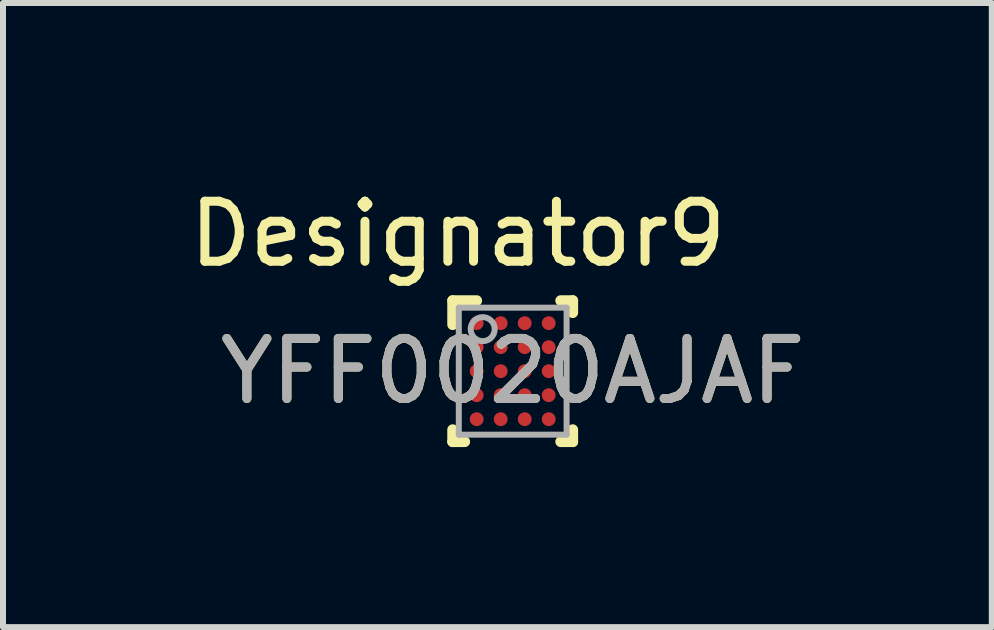
<source format=kicad_pcb>
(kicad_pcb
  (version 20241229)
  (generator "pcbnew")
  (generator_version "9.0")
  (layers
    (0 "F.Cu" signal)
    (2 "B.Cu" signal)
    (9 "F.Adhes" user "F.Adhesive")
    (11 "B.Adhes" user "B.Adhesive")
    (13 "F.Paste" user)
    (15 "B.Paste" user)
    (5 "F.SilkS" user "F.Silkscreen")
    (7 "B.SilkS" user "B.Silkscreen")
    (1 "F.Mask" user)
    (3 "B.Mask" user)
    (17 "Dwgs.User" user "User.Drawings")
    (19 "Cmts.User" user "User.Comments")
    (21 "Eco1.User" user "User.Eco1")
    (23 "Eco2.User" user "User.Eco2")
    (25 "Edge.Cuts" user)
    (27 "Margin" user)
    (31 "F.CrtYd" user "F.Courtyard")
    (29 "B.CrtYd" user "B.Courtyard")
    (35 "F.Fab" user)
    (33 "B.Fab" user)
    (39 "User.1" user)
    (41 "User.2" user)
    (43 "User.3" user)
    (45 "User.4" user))
  (footprint "YFF0020AJAF"
    (layer "F.Cu")
    (at 5.492 3.134)
    (property "Reference" "YFF0020AJAF" (at 0 0 0) (unlocked yes) (layer "F.SilkS") (effects (font (size 1 1) (thickness 0.15))))
    (attr smd)
    (fp_line (start -1 -1.175) (end -0.6 -1.175) (stroke (width 0.18) (type solid)) (layer "F.SilkS"))
    (fp_line (start -1 -0.775) (end -1 -1.175) (stroke (width 0.18) (type solid)) (layer "F.SilkS"))
    (fp_line (start -1 1.175) (end -1 0.975) (stroke (width 0.18) (type solid)) (layer "F.SilkS"))
    (fp_line (start -1 1.175) (end -0.8 1.175) (stroke (width 0.18) (type solid)) (layer "F.SilkS"))
    (fp_line (start 0.8 -1.175) (end 1 -1.175) (stroke (width 0.18) (type solid)) (layer "F.SilkS"))
    (fp_line (start 0.8 1.175) (end 1 1.175) (stroke (width 0.18) (type solid)) (layer "F.SilkS"))
    (fp_line (start 1 -0.975) (end 1 -1.175) (stroke (width 0.18) (type solid)) (layer "F.SilkS"))
    (fp_line (start 1 1.175) (end 1 0.975) (stroke (width 0.18) (type solid)) (layer "F.SilkS"))
    (fp_circle (center -0.675 -0.875) (end -0.65 -0.875) (stroke (width 0.05) (type solid)) (fill no) (layer "F.Paste"))
    (fp_circle (center -0.675 -0.725) (end -0.65 -0.725) (stroke (width 0.05) (type solid)) (fill no) (layer "F.Paste"))
    (fp_circle (center -0.675 -0.475) (end -0.65 -0.475) (stroke (width 0.05) (type solid)) (fill no) (layer "F.Paste"))
    (fp_circle (center -0.675 -0.325) (end -0.65 -0.325) (stroke (width 0.05) (type solid)) (fill no) (layer "F.Paste"))
    (fp_circle (center -0.675 -0.075) (end -0.65 -0.075) (stroke (width 0.05) (type solid)) (fill no) (layer "F.Paste"))
    (fp_circle (center -0.675 0.075) (end -0.65 0.075) (stroke (width 0.05) (type solid)) (fill no) (layer "F.Paste"))
    (fp_circle (center -0.675 0.325) (end -0.65 0.325) (stroke (width 0.05) (type solid)) (fill no) (layer "F.Paste"))
    (fp_circle (center -0.675 0.475) (end -0.65 0.475) (stroke (width 0.05) (type solid)) (fill no) (layer "F.Paste"))
    (fp_circle (center -0.675 0.725) (end -0.65 0.725) (stroke (width 0.05) (type solid)) (fill no) (layer "F.Paste"))
    (fp_circle (center -0.675 0.875) (end -0.65 0.875) (stroke (width 0.05) (type solid)) (fill no) (layer "F.Paste"))
    (fp_circle (center -0.525 -0.875) (end -0.5 -0.875) (stroke (width 0.05) (type solid)) (fill no) (layer "F.Paste"))
    (fp_circle (center -0.525 -0.725) (end -0.5 -0.725) (stroke (width 0.05) (type solid)) (fill no) (layer "F.Paste"))
    (fp_circle (center -0.525 -0.475) (end -0.5 -0.475) (stroke (width 0.05) (type solid)) (fill no) (layer "F.Paste"))
    (fp_circle (center -0.525 -0.325) (end -0.5 -0.325) (stroke (width 0.05) (type solid)) (fill no) (layer "F.Paste"))
    (fp_circle (center -0.525 -0.075) (end -0.5 -0.075) (stroke (width 0.05) (type solid)) (fill no) (layer "F.Paste"))
    (fp_circle (center -0.525 0.075) (end -0.5 0.075) (stroke (width 0.05) (type solid)) (fill no) (layer "F.Paste"))
    (fp_circle (center -0.525 0.325) (end -0.5 0.325) (stroke (width 0.05) (type solid)) (fill no) (layer "F.Paste"))
    (fp_circle (center -0.525 0.475) (end -0.5 0.475) (stroke (width 0.05) (type solid)) (fill no) (layer "F.Paste"))
    (fp_circle (center -0.525 0.725) (end -0.5 0.725) (stroke (width 0.05) (type solid)) (fill no) (layer "F.Paste"))
    (fp_circle (center -0.525 0.875) (end -0.5 0.875) (stroke (width 0.05) (type solid)) (fill no) (layer "F.Paste"))
    (fp_circle (center -0.275 -0.875) (end -0.25 -0.875) (stroke (width 0.05) (type solid)) (fill no) (layer "F.Paste"))
    (fp_circle (center -0.275 -0.725) (end -0.25 -0.725) (stroke (width 0.05) (type solid)) (fill no) (layer "F.Paste"))
    (fp_circle (center -0.275 -0.475) (end -0.25 -0.475) (stroke (width 0.05) (type solid)) (fill no) (layer "F.Paste"))
    (fp_circle (center -0.275 -0.325) (end -0.25 -0.325) (stroke (width 0.05) (type solid)) (fill no) (layer "F.Paste"))
    (fp_circle (center -0.275 -0.075) (end -0.25 -0.075) (stroke (width 0.05) (type solid)) (fill no) (layer "F.Paste"))
    (fp_circle (center -0.275 0.075) (end -0.25 0.075) (stroke (width 0.05) (type solid)) (fill no) (layer "F.Paste"))
    (fp_circle (center -0.275 0.325) (end -0.25 0.325) (stroke (width 0.05) (type solid)) (fill no) (layer "F.Paste"))
    (fp_circle (center -0.275 0.475) (end -0.25 0.475) (stroke (width 0.05) (type solid)) (fill no) (layer "F.Paste"))
    (fp_circle (center -0.275 0.725) (end -0.25 0.725) (stroke (width 0.05) (type solid)) (fill no) (layer "F.Paste"))
    (fp_circle (center -0.275 0.875) (end -0.25 0.875) (stroke (width 0.05) (type solid)) (fill no) (layer "F.Paste"))
    (fp_circle (center -0.125 -0.875) (end -0.1 -0.875) (stroke (width 0.05) (type solid)) (fill no) (layer "F.Paste"))
    (fp_circle (center -0.125 -0.725) (end -0.1 -0.725) (stroke (width 0.05) (type solid)) (fill no) (layer "F.Paste"))
    (fp_circle (center -0.125 -0.475) (end -0.1 -0.475) (stroke (width 0.05) (type solid)) (fill no) (layer "F.Paste"))
    (fp_circle (center -0.125 -0.325) (end -0.1 -0.325) (stroke (width 0.05) (type solid)) (fill no) (layer "F.Paste"))
    (fp_circle (center -0.125 -0.075) (end -0.1 -0.075) (stroke (width 0.05) (type solid)) (fill no) (layer "F.Paste"))
    (fp_circle (center -0.125 0.075) (end -0.1 0.075) (stroke (width 0.05) (type solid)) (fill no) (layer "F.Paste"))
    (fp_circle (center -0.125 0.325) (end -0.1 0.325) (stroke (width 0.05) (type solid)) (fill no) (layer "F.Paste"))
    (fp_circle (center -0.125 0.475) (end -0.1 0.475) (stroke (width 0.05) (type solid)) (fill no) (layer "F.Paste"))
    (fp_circle (center -0.125 0.725) (end -0.1 0.725) (stroke (width 0.05) (type solid)) (fill no) (layer "F.Paste"))
    (fp_circle (center -0.125 0.875) (end -0.1 0.875) (stroke (width 0.05) (type solid)) (fill no) (layer "F.Paste"))
    (fp_circle (center 0.125 -0.875) (end 0.15 -0.875) (stroke (width 0.05) (type solid)) (fill no) (layer "F.Paste"))
    (fp_circle (center 0.125 -0.725) (end 0.15 -0.725) (stroke (width 0.05) (type solid)) (fill no) (layer "F.Paste"))
    (fp_circle (center 0.125 -0.475) (end 0.15 -0.475) (stroke (width 0.05) (type solid)) (fill no) (layer "F.Paste"))
    (fp_circle (center 0.125 -0.325) (end 0.15 -0.325) (stroke (width 0.05) (type solid)) (fill no) (layer "F.Paste"))
    (fp_circle (center 0.125 -0.075) (end 0.15 -0.075) (stroke (width 0.05) (type solid)) (fill no) (layer "F.Paste"))
    (fp_circle (center 0.125 0.075) (end 0.15 0.075) (stroke (width 0.05) (type solid)) (fill no) (layer "F.Paste"))
    (fp_circle (center 0.125 0.325) (end 0.15 0.325) (stroke (width 0.05) (type solid)) (fill no) (layer "F.Paste"))
    (fp_circle (center 0.125 0.475) (end 0.15 0.475) (stroke (width 0.05) (type solid)) (fill no) (layer "F.Paste"))
    (fp_circle (center 0.125 0.725) (end 0.15 0.725) (stroke (width 0.05) (type solid)) (fill no) (layer "F.Paste"))
    (fp_circle (center 0.125 0.875) (end 0.15 0.875) (stroke (width 0.05) (type solid)) (fill no) (layer "F.Paste"))
    (fp_circle (center 0.275 -0.875) (end 0.3 -0.875) (stroke (width 0.05) (type solid)) (fill no) (layer "F.Paste"))
    (fp_circle (center 0.275 -0.725) (end 0.3 -0.725) (stroke (width 0.05) (type solid)) (fill no) (layer "F.Paste"))
    (fp_circle (center 0.275 -0.475) (end 0.3 -0.475) (stroke (width 0.05) (type solid)) (fill no) (layer "F.Paste"))
    (fp_circle (center 0.275 -0.325) (end 0.3 -0.325) (stroke (width 0.05) (type solid)) (fill no) (layer "F.Paste"))
    (fp_circle (center 0.275 -0.075) (end 0.3 -0.075) (stroke (width 0.05) (type solid)) (fill no) (layer "F.Paste"))
    (fp_circle (center 0.275 0.075) (end 0.3 0.075) (stroke (width 0.05) (type solid)) (fill no) (layer "F.Paste"))
    (fp_circle (center 0.275 0.325) (end 0.3 0.325) (stroke (width 0.05) (type solid)) (fill no) (layer "F.Paste"))
    (fp_circle (center 0.275 0.475) (end 0.3 0.475) (stroke (width 0.05) (type solid)) (fill no) (layer "F.Paste"))
    (fp_circle (center 0.275 0.725) (end 0.3 0.725) (stroke (width 0.05) (type solid)) (fill no) (layer "F.Paste"))
    (fp_circle (center 0.275 0.875) (end 0.3 0.875) (stroke (width 0.05) (type solid)) (fill no) (layer "F.Paste"))
    (fp_circle (center 0.525 -0.875) (end 0.55 -0.875) (stroke (width 0.05) (type solid)) (fill no) (layer "F.Paste"))
    (fp_circle (center 0.525 -0.725) (end 0.55 -0.725) (stroke (width 0.05) (type solid)) (fill no) (layer "F.Paste"))
    (fp_circle (center 0.525 -0.475) (end 0.55 -0.475) (stroke (width 0.05) (type solid)) (fill no) (layer "F.Paste"))
    (fp_circle (center 0.525 -0.325) (end 0.55 -0.325) (stroke (width 0.05) (type solid)) (fill no) (layer "F.Paste"))
    (fp_circle (center 0.525 -0.075) (end 0.55 -0.075) (stroke (width 0.05) (type solid)) (fill no) (layer "F.Paste"))
    (fp_circle (center 0.525 0.075) (end 0.55 0.075) (stroke (width 0.05) (type solid)) (fill no) (layer "F.Paste"))
    (fp_circle (center 0.525 0.325) (end 0.55 0.325) (stroke (width 0.05) (type solid)) (fill no) (layer "F.Paste"))
    (fp_circle (center 0.525 0.475) (end 0.55 0.475) (stroke (width 0.05) (type solid)) (fill no) (layer "F.Paste"))
    (fp_circle (center 0.525 0.725) (end 0.55 0.725) (stroke (width 0.05) (type solid)) (fill no) (layer "F.Paste"))
    (fp_circle (center 0.525 0.875) (end 0.55 0.875) (stroke (width 0.05) (type solid)) (fill no) (layer "F.Paste"))
    (fp_circle (center 0.675 -0.875) (end 0.7 -0.875) (stroke (width 0.05) (type solid)) (fill no) (layer "F.Paste"))
    (fp_circle (center 0.675 -0.725) (end 0.7 -0.725) (stroke (width 0.05) (type solid)) (fill no) (layer "F.Paste"))
    (fp_circle (center 0.675 -0.475) (end 0.7 -0.475) (stroke (width 0.05) (type solid)) (fill no) (layer "F.Paste"))
    (fp_circle (center 0.675 -0.325) (end 0.7 -0.325) (stroke (width 0.05) (type solid)) (fill no) (layer "F.Paste"))
    (fp_circle (center 0.675 -0.075) (end 0.7 -0.075) (stroke (width 0.05) (type solid)) (fill no) (layer "F.Paste"))
    (fp_circle (center 0.675 0.075) (end 0.7 0.075) (stroke (width 0.05) (type solid)) (fill no) (layer "F.Paste"))
    (fp_circle (center 0.675 0.325) (end 0.7 0.325) (stroke (width 0.05) (type solid)) (fill no) (layer "F.Paste"))
    (fp_circle (center 0.675 0.475) (end 0.7 0.475) (stroke (width 0.05) (type solid)) (fill no) (layer "F.Paste"))
    (fp_circle (center 0.675 0.725) (end 0.7 0.725) (stroke (width 0.05) (type solid)) (fill no) (layer "F.Paste"))
    (fp_circle (center 0.675 0.875) (end 0.7 0.875) (stroke (width 0.05) (type solid)) (fill no) (layer "F.Paste"))
    (fp_poly (pts (xy -0.725 -0.875) (xy -0.725 -0.725) (xy -0.675 -0.725) (xy -0.675 -0.875)) (stroke (width 0) (type solid)) (fill yes) (layer "F.Paste"))
    (fp_poly (pts (xy -0.725 -0.475) (xy -0.725 -0.325) (xy -0.675 -0.325) (xy -0.675 -0.475)) (stroke (width 0) (type solid)) (fill yes) (layer "F.Paste"))
    (fp_poly (pts (xy -0.725 -0.075) (xy -0.725 0.075) (xy -0.675 0.075) (xy -0.675 -0.075)) (stroke (width 0) (type solid)) (fill yes) (layer "F.Paste"))
    (fp_poly (pts (xy -0.725 0.325) (xy -0.725 0.475) (xy -0.675 0.475) (xy -0.675 0.325)) (stroke (width 0) (type solid)) (fill yes) (layer "F.Paste"))
    (fp_poly (pts (xy -0.725 0.725) (xy -0.725 0.875) (xy -0.675 0.875) (xy -0.675 0.725)) (stroke (width 0) (type solid)) (fill yes) (layer "F.Paste"))
    (fp_poly (pts (xy -0.675 -0.875) (xy -0.675 -0.725) (xy -0.525 -0.725) (xy -0.525 -0.875)) (stroke (width 0) (type solid)) (fill yes) (layer "F.Paste"))
    (fp_poly (pts (xy -0.675 -0.675) (xy -0.525 -0.675) (xy -0.525 -0.725) (xy -0.675 -0.725)) (stroke (width 0) (type solid)) (fill yes) (layer "F.Paste"))
    (fp_poly (pts (xy -0.675 -0.475) (xy -0.675 -0.325) (xy -0.525 -0.325) (xy -0.525 -0.475)) (stroke (width 0) (type solid)) (fill yes) (layer "F.Paste"))
    (fp_poly (pts (xy -0.675 -0.275) (xy -0.525 -0.275) (xy -0.525 -0.325) (xy -0.675 -0.325)) (stroke (width 0) (type solid)) (fill yes) (layer "F.Paste"))
    (fp_poly (pts (xy -0.675 -0.075) (xy -0.675 0.075) (xy -0.525 0.075) (xy -0.525 -0.075)) (stroke (width 0) (type solid)) (fill yes) (layer "F.Paste"))
    (fp_poly (pts (xy -0.675 0.125) (xy -0.525 0.125) (xy -0.525 0.075) (xy -0.675 0.075)) (stroke (width 0) (type solid)) (fill yes) (layer "F.Paste"))
    (fp_poly (pts (xy -0.675 0.325) (xy -0.675 0.475) (xy -0.525 0.475) (xy -0.525 0.325)) (stroke (width 0) (type solid)) (fill yes) (layer "F.Paste"))
    (fp_poly (pts (xy -0.675 0.525) (xy -0.525 0.525) (xy -0.525 0.475) (xy -0.675 0.475)) (stroke (width 0) (type solid)) (fill yes) (layer "F.Paste"))
    (fp_poly (pts (xy -0.675 0.725) (xy -0.675 0.875) (xy -0.525 0.875) (xy -0.525 0.725)) (stroke (width 0) (type solid)) (fill yes) (layer "F.Paste"))
    (fp_poly (pts (xy -0.675 0.925) (xy -0.525 0.925) (xy -0.525 0.875) (xy -0.675 0.875)) (stroke (width 0) (type solid)) (fill yes) (layer "F.Paste"))
    (fp_poly (pts (xy -0.525 -0.925) (xy -0.675 -0.925) (xy -0.675 -0.875) (xy -0.525 -0.875)) (stroke (width 0) (type solid)) (fill yes) (layer "F.Paste"))
    (fp_poly (pts (xy -0.525 -0.525) (xy -0.675 -0.525) (xy -0.675 -0.475) (xy -0.525 -0.475)) (stroke (width 0) (type solid)) (fill yes) (layer "F.Paste"))
    (fp_poly (pts (xy -0.525 -0.125) (xy -0.675 -0.125) (xy -0.675 -0.075) (xy -0.525 -0.075)) (stroke (width 0) (type solid)) (fill yes) (layer "F.Paste"))
    (fp_poly (pts (xy -0.525 0.275) (xy -0.675 0.275) (xy -0.675 0.325) (xy -0.525 0.325)) (stroke (width 0) (type solid)) (fill yes) (layer "F.Paste"))
    (fp_poly (pts (xy -0.525 0.675) (xy -0.675 0.675) (xy -0.675 0.725) (xy -0.525 0.725)) (stroke (width 0) (type solid)) (fill yes) (layer "F.Paste"))
    (fp_poly (pts (xy -0.475 -0.725) (xy -0.475 -0.875) (xy -0.525 -0.875) (xy -0.525 -0.725)) (stroke (width 0) (type solid)) (fill yes) (layer "F.Paste"))
    (fp_poly (pts (xy -0.475 -0.325) (xy -0.475 -0.475) (xy -0.525 -0.475) (xy -0.525 -0.325)) (stroke (width 0) (type solid)) (fill yes) (layer "F.Paste"))
    (fp_poly (pts (xy -0.475 0.075) (xy -0.475 -0.075) (xy -0.525 -0.075) (xy -0.525 0.075)) (stroke (width 0) (type solid)) (fill yes) (layer "F.Paste"))
    (fp_poly (pts (xy -0.475 0.475) (xy -0.475 0.325) (xy -0.525 0.325) (xy -0.525 0.475)) (stroke (width 0) (type solid)) (fill yes) (layer "F.Paste"))
    (fp_poly (pts (xy -0.475 0.875) (xy -0.475 0.725) (xy -0.525 0.725) (xy -0.525 0.875)) (stroke (width 0) (type solid)) (fill yes) (layer "F.Paste"))
    (fp_poly (pts (xy -0.325 -0.875) (xy -0.325 -0.725) (xy -0.275 -0.725) (xy -0.275 -0.875)) (stroke (width 0) (type solid)) (fill yes) (layer "F.Paste"))
    (fp_poly (pts (xy -0.325 -0.475) (xy -0.325 -0.325) (xy -0.275 -0.325) (xy -0.275 -0.475)) (stroke (width 0) (type solid)) (fill yes) (layer "F.Paste"))
    (fp_poly (pts (xy -0.325 -0.075) (xy -0.325 0.075) (xy -0.275 0.075) (xy -0.275 -0.075)) (stroke (width 0) (type solid)) (fill yes) (layer "F.Paste"))
    (fp_poly (pts (xy -0.325 0.325) (xy -0.325 0.475) (xy -0.275 0.475) (xy -0.275 0.325)) (stroke (width 0) (type solid)) (fill yes) (layer "F.Paste"))
    (fp_poly (pts (xy -0.325 0.725) (xy -0.325 0.875) (xy -0.275 0.875) (xy -0.275 0.725)) (stroke (width 0) (type solid)) (fill yes) (layer "F.Paste"))
    (fp_poly (pts (xy -0.275 -0.875) (xy -0.275 -0.725) (xy -0.125 -0.725) (xy -0.125 -0.875)) (stroke (width 0) (type solid)) (fill yes) (layer "F.Paste"))
    (fp_poly (pts (xy -0.275 -0.675) (xy -0.125 -0.675) (xy -0.125 -0.725) (xy -0.275 -0.725)) (stroke (width 0) (type solid)) (fill yes) (layer "F.Paste"))
    (fp_poly (pts (xy -0.275 -0.475) (xy -0.275 -0.325) (xy -0.125 -0.325) (xy -0.125 -0.475)) (stroke (width 0) (type solid)) (fill yes) (layer "F.Paste"))
    (fp_poly (pts (xy -0.275 -0.275) (xy -0.125 -0.275) (xy -0.125 -0.325) (xy -0.275 -0.325)) (stroke (width 0) (type solid)) (fill yes) (layer "F.Paste"))
    (fp_poly (pts (xy -0.275 -0.075) (xy -0.275 0.075) (xy -0.125 0.075) (xy -0.125 -0.075)) (stroke (width 0) (type solid)) (fill yes) (layer "F.Paste"))
    (fp_poly (pts (xy -0.275 0.125) (xy -0.125 0.125) (xy -0.125 0.075) (xy -0.275 0.075)) (stroke (width 0) (type solid)) (fill yes) (layer "F.Paste"))
    (fp_poly (pts (xy -0.275 0.325) (xy -0.275 0.475) (xy -0.125 0.475) (xy -0.125 0.325)) (stroke (width 0) (type solid)) (fill yes) (layer "F.Paste"))
    (fp_poly (pts (xy -0.275 0.525) (xy -0.125 0.525) (xy -0.125 0.475) (xy -0.275 0.475)) (stroke (width 0) (type solid)) (fill yes) (layer "F.Paste"))
    (fp_poly (pts (xy -0.275 0.725) (xy -0.275 0.875) (xy -0.125 0.875) (xy -0.125 0.725)) (stroke (width 0) (type solid)) (fill yes) (layer "F.Paste"))
    (fp_poly (pts (xy -0.275 0.925) (xy -0.125 0.925) (xy -0.125 0.875) (xy -0.275 0.875)) (stroke (width 0) (type solid)) (fill yes) (layer "F.Paste"))
    (fp_poly (pts (xy -0.125 -0.925) (xy -0.275 -0.925) (xy -0.275 -0.875) (xy -0.125 -0.875)) (stroke (width 0) (type solid)) (fill yes) (layer "F.Paste"))
    (fp_poly (pts (xy -0.125 -0.525) (xy -0.275 -0.525) (xy -0.275 -0.475) (xy -0.125 -0.475)) (stroke (width 0) (type solid)) (fill yes) (layer "F.Paste"))
    (fp_poly (pts (xy -0.125 -0.125) (xy -0.275 -0.125) (xy -0.275 -0.075) (xy -0.125 -0.075)) (stroke (width 0) (type solid)) (fill yes) (layer "F.Paste"))
    (fp_poly (pts (xy -0.125 0.275) (xy -0.275 0.275) (xy -0.275 0.325) (xy -0.125 0.325)) (stroke (width 0) (type solid)) (fill yes) (layer "F.Paste"))
    (fp_poly (pts (xy -0.125 0.675) (xy -0.275 0.675) (xy -0.275 0.725) (xy -0.125 0.725)) (stroke (width 0) (type solid)) (fill yes) (layer "F.Paste"))
    (fp_poly (pts (xy -0.075 -0.725) (xy -0.075 -0.875) (xy -0.125 -0.875) (xy -0.125 -0.725)) (stroke (width 0) (type solid)) (fill yes) (layer "F.Paste"))
    (fp_poly (pts (xy -0.075 -0.325) (xy -0.075 -0.475) (xy -0.125 -0.475) (xy -0.125 -0.325)) (stroke (width 0) (type solid)) (fill yes) (layer "F.Paste"))
    (fp_poly (pts (xy -0.075 0.075) (xy -0.075 -0.075) (xy -0.125 -0.075) (xy -0.125 0.075)) (stroke (width 0) (type solid)) (fill yes) (layer "F.Paste"))
    (fp_poly (pts (xy -0.075 0.475) (xy -0.075 0.325) (xy -0.125 0.325) (xy -0.125 0.475)) (stroke (width 0) (type solid)) (fill yes) (layer "F.Paste"))
    (fp_poly (pts (xy -0.075 0.875) (xy -0.075 0.725) (xy -0.125 0.725) (xy -0.125 0.875)) (stroke (width 0) (type solid)) (fill yes) (layer "F.Paste"))
    (fp_poly (pts (xy 0.075 -0.875) (xy 0.075 -0.725) (xy 0.125 -0.725) (xy 0.125 -0.875)) (stroke (width 0) (type solid)) (fill yes) (layer "F.Paste"))
    (fp_poly (pts (xy 0.075 -0.475) (xy 0.075 -0.325) (xy 0.125 -0.325) (xy 0.125 -0.475)) (stroke (width 0) (type solid)) (fill yes) (layer "F.Paste"))
    (fp_poly (pts (xy 0.075 -0.075) (xy 0.075 0.075) (xy 0.125 0.075) (xy 0.125 -0.075)) (stroke (width 0) (type solid)) (fill yes) (layer "F.Paste"))
    (fp_poly (pts (xy 0.075 0.325) (xy 0.075 0.475) (xy 0.125 0.475) (xy 0.125 0.325)) (stroke (width 0) (type solid)) (fill yes) (layer "F.Paste"))
    (fp_poly (pts (xy 0.075 0.725) (xy 0.075 0.875) (xy 0.125 0.875) (xy 0.125 0.725)) (stroke (width 0) (type solid)) (fill yes) (layer "F.Paste"))
    (fp_poly (pts (xy 0.125 -0.875) (xy 0.125 -0.725) (xy 0.275 -0.725) (xy 0.275 -0.875)) (stroke (width 0) (type solid)) (fill yes) (layer "F.Paste"))
    (fp_poly (pts (xy 0.125 -0.675) (xy 0.275 -0.675) (xy 0.275 -0.725) (xy 0.125 -0.725)) (stroke (width 0) (type solid)) (fill yes) (layer "F.Paste"))
    (fp_poly (pts (xy 0.125 -0.475) (xy 0.125 -0.325) (xy 0.275 -0.325) (xy 0.275 -0.475)) (stroke (width 0) (type solid)) (fill yes) (layer "F.Paste"))
    (fp_poly (pts (xy 0.125 -0.275) (xy 0.275 -0.275) (xy 0.275 -0.325) (xy 0.125 -0.325)) (stroke (width 0) (type solid)) (fill yes) (layer "F.Paste"))
    (fp_poly (pts (xy 0.125 -0.075) (xy 0.125 0.075) (xy 0.275 0.075) (xy 0.275 -0.075)) (stroke (width 0) (type solid)) (fill yes) (layer "F.Paste"))
    (fp_poly (pts (xy 0.125 0.125) (xy 0.275 0.125) (xy 0.275 0.075) (xy 0.125 0.075)) (stroke (width 0) (type solid)) (fill yes) (layer "F.Paste"))
    (fp_poly (pts (xy 0.125 0.325) (xy 0.125 0.475) (xy 0.275 0.475) (xy 0.275 0.325)) (stroke (width 0) (type solid)) (fill yes) (layer "F.Paste"))
    (fp_poly (pts (xy 0.125 0.525) (xy 0.275 0.525) (xy 0.275 0.475) (xy 0.125 0.475)) (stroke (width 0) (type solid)) (fill yes) (layer "F.Paste"))
    (fp_poly (pts (xy 0.125 0.725) (xy 0.125 0.875) (xy 0.275 0.875) (xy 0.275 0.725)) (stroke (width 0) (type solid)) (fill yes) (layer "F.Paste"))
    (fp_poly (pts (xy 0.125 0.925) (xy 0.275 0.925) (xy 0.275 0.875) (xy 0.125 0.875)) (stroke (width 0) (type solid)) (fill yes) (layer "F.Paste"))
    (fp_poly (pts (xy 0.275 -0.925) (xy 0.125 -0.925) (xy 0.125 -0.875) (xy 0.275 -0.875)) (stroke (width 0) (type solid)) (fill yes) (layer "F.Paste"))
    (fp_poly (pts (xy 0.275 -0.525) (xy 0.125 -0.525) (xy 0.125 -0.475) (xy 0.275 -0.475)) (stroke (width 0) (type solid)) (fill yes) (layer "F.Paste"))
    (fp_poly (pts (xy 0.275 -0.125) (xy 0.125 -0.125) (xy 0.125 -0.075) (xy 0.275 -0.075)) (stroke (width 0) (type solid)) (fill yes) (layer "F.Paste"))
    (fp_poly (pts (xy 0.275 0.275) (xy 0.125 0.275) (xy 0.125 0.325) (xy 0.275 0.325)) (stroke (width 0) (type solid)) (fill yes) (layer "F.Paste"))
    (fp_poly (pts (xy 0.275 0.675) (xy 0.125 0.675) (xy 0.125 0.725) (xy 0.275 0.725)) (stroke (width 0) (type solid)) (fill yes) (layer "F.Paste"))
    (fp_poly (pts (xy 0.325 -0.725) (xy 0.325 -0.875) (xy 0.275 -0.875) (xy 0.275 -0.725)) (stroke (width 0) (type solid)) (fill yes) (layer "F.Paste"))
    (fp_poly (pts (xy 0.325 -0.325) (xy 0.325 -0.475) (xy 0.275 -0.475) (xy 0.275 -0.325)) (stroke (width 0) (type solid)) (fill yes) (layer "F.Paste"))
    (fp_poly (pts (xy 0.325 0.075) (xy 0.325 -0.075) (xy 0.275 -0.075) (xy 0.275 0.075)) (stroke (width 0) (type solid)) (fill yes) (layer "F.Paste"))
    (fp_poly (pts (xy 0.325 0.475) (xy 0.325 0.325) (xy 0.275 0.325) (xy 0.275 0.475)) (stroke (width 0) (type solid)) (fill yes) (layer "F.Paste"))
    (fp_poly (pts (xy 0.325 0.875) (xy 0.325 0.725) (xy 0.275 0.725) (xy 0.275 0.875)) (stroke (width 0) (type solid)) (fill yes) (layer "F.Paste"))
    (fp_poly (pts (xy 0.475 -0.875) (xy 0.475 -0.725) (xy 0.525 -0.725) (xy 0.525 -0.875)) (stroke (width 0) (type solid)) (fill yes) (layer "F.Paste"))
    (fp_poly (pts (xy 0.475 -0.475) (xy 0.475 -0.325) (xy 0.525 -0.325) (xy 0.525 -0.475)) (stroke (width 0) (type solid)) (fill yes) (layer "F.Paste"))
    (fp_poly (pts (xy 0.475 -0.075) (xy 0.475 0.075) (xy 0.525 0.075) (xy 0.525 -0.075)) (stroke (width 0) (type solid)) (fill yes) (layer "F.Paste"))
    (fp_poly (pts (xy 0.475 0.325) (xy 0.475 0.475) (xy 0.525 0.475) (xy 0.525 0.325)) (stroke (width 0) (type solid)) (fill yes) (layer "F.Paste"))
    (fp_poly (pts (xy 0.475 0.725) (xy 0.475 0.875) (xy 0.525 0.875) (xy 0.525 0.725)) (stroke (width 0) (type solid)) (fill yes) (layer "F.Paste"))
    (fp_poly (pts (xy 0.525 -0.875) (xy 0.525 -0.725) (xy 0.675 -0.725) (xy 0.675 -0.875)) (stroke (width 0) (type solid)) (fill yes) (layer "F.Paste"))
    (fp_poly (pts (xy 0.525 -0.675) (xy 0.675 -0.675) (xy 0.675 -0.725) (xy 0.525 -0.725)) (stroke (width 0) (type solid)) (fill yes) (layer "F.Paste"))
    (fp_poly (pts (xy 0.525 -0.475) (xy 0.525 -0.325) (xy 0.675 -0.325) (xy 0.675 -0.475)) (stroke (width 0) (type solid)) (fill yes) (layer "F.Paste"))
    (fp_poly (pts (xy 0.525 -0.275) (xy 0.675 -0.275) (xy 0.675 -0.325) (xy 0.525 -0.325)) (stroke (width 0) (type solid)) (fill yes) (layer "F.Paste"))
    (fp_poly (pts (xy 0.525 -0.075) (xy 0.525 0.075) (xy 0.675 0.075) (xy 0.675 -0.075)) (stroke (width 0) (type solid)) (fill yes) (layer "F.Paste"))
    (fp_poly (pts (xy 0.525 0.125) (xy 0.675 0.125) (xy 0.675 0.075) (xy 0.525 0.075)) (stroke (width 0) (type solid)) (fill yes) (layer "F.Paste"))
    (fp_poly (pts (xy 0.525 0.325) (xy 0.525 0.475) (xy 0.675 0.475) (xy 0.675 0.325)) (stroke (width 0) (type solid)) (fill yes) (layer "F.Paste"))
    (fp_poly (pts (xy 0.525 0.525) (xy 0.675 0.525) (xy 0.675 0.475) (xy 0.525 0.475)) (stroke (width 0) (type solid)) (fill yes) (layer "F.Paste"))
    (fp_poly (pts (xy 0.525 0.725) (xy 0.525 0.875) (xy 0.675 0.875) (xy 0.675 0.725)) (stroke (width 0) (type solid)) (fill yes) (layer "F.Paste"))
    (fp_poly (pts (xy 0.525 0.925) (xy 0.675 0.925) (xy 0.675 0.875) (xy 0.525 0.875)) (stroke (width 0) (type solid)) (fill yes) (layer "F.Paste"))
    (fp_poly (pts (xy 0.675 -0.925) (xy 0.525 -0.925) (xy 0.525 -0.875) (xy 0.675 -0.875)) (stroke (width 0) (type solid)) (fill yes) (layer "F.Paste"))
    (fp_poly (pts (xy 0.675 -0.525) (xy 0.525 -0.525) (xy 0.525 -0.475) (xy 0.675 -0.475)) (stroke (width 0) (type solid)) (fill yes) (layer "F.Paste"))
    (fp_poly (pts (xy 0.675 -0.125) (xy 0.525 -0.125) (xy 0.525 -0.075) (xy 0.675 -0.075)) (stroke (width 0) (type solid)) (fill yes) (layer "F.Paste"))
    (fp_poly (pts (xy 0.675 0.275) (xy 0.525 0.275) (xy 0.525 0.325) (xy 0.675 0.325)) (stroke (width 0) (type solid)) (fill yes) (layer "F.Paste"))
    (fp_poly (pts (xy 0.675 0.675) (xy 0.525 0.675) (xy 0.525 0.725) (xy 0.675 0.725)) (stroke (width 0) (type solid)) (fill yes) (layer "F.Paste"))
    (fp_poly (pts (xy 0.725 -0.725) (xy 0.725 -0.875) (xy 0.675 -0.875) (xy 0.675 -0.725)) (stroke (width 0) (type solid)) (fill yes) (layer "F.Paste"))
    (fp_poly (pts (xy 0.725 -0.325) (xy 0.725 -0.475) (xy 0.675 -0.475) (xy 0.675 -0.325)) (stroke (width 0) (type solid)) (fill yes) (layer "F.Paste"))
    (fp_poly (pts (xy 0.725 0.075) (xy 0.725 -0.075) (xy 0.675 -0.075) (xy 0.675 0.075)) (stroke (width 0) (type solid)) (fill yes) (layer "F.Paste"))
    (fp_poly (pts (xy 0.725 0.475) (xy 0.725 0.325) (xy 0.675 0.325) (xy 0.675 0.475)) (stroke (width 0) (type solid)) (fill yes) (layer "F.Paste"))
    (fp_poly (pts (xy 0.725 0.875) (xy 0.725 0.725) (xy 0.675 0.725) (xy 0.675 0.875)) (stroke (width 0) (type solid)) (fill yes) (layer "F.Paste"))
    (fp_line (start -0.898 -1.058) (end 0.898 -1.058) (stroke (width 0.1) (type solid)) (layer "F.Fab"))
    (fp_line (start -0.898 1.058) (end -0.898 -1.058) (stroke (width 0.1) (type solid)) (layer "F.Fab"))
    (fp_line (start -0.898 1.058) (end 0.898 1.058) (stroke (width 0.1) (type solid)) (layer "F.Fab"))
    (fp_line (start 0.898 1.058) (end 0.898 -1.058) (stroke (width 0.1) (type solid)) (layer "F.Fab"))
    (fp_circle (center -0.5 -0.7) (end -0.3 -0.7) (stroke (width 0.1) (type solid)) (fill no) (layer "F.Fab"))
    (fp_text user "Designator9" (at -0.914 -2.286 0) (unlocked yes) (layer "F.SilkS") (effects (font (size 1 1) (thickness 0.15))))
    (fp_text user "${REFERENCE}" (at 0 0 0) (unlocked yes) (layer "F.Fab") (effects (font (size 1 1) (thickness 0.15))))
    (pad "A1" smd circle (at -0.6 -0.8) (size 0.23 0.23) (layers "F.Cu" "F.Mask"))
    (pad "A2" smd circle (at -0.2 -0.8) (size 0.23 0.23) (layers "F.Cu" "F.Mask"))
    (pad "A3" smd circle (at 0.2 -0.8) (size 0.23 0.23) (layers "F.Cu" "F.Mask"))
    (pad "A4" smd circle (at 0.6 -0.8) (size 0.23 0.23) (layers "F.Cu" "F.Mask"))
    (pad "B1" smd circle (at -0.6 -0.4) (size 0.23 0.23) (layers "F.Cu" "F.Mask"))
    (pad "B2" smd circle (at -0.2 -0.4) (size 0.23 0.23) (layers "F.Cu" "F.Mask"))
    (pad "B3" smd circle (at 0.2 -0.4) (size 0.23 0.23) (layers "F.Cu" "F.Mask"))
    (pad "B4" smd circle (at 0.6 -0.4) (size 0.23 0.23) (layers "F.Cu" "F.Mask"))
    (pad "C1" smd circle (at -0.6 0) (size 0.23 0.23) (layers "F.Cu" "F.Mask"))
    (pad "C2" smd circle (at -0.2 0) (size 0.23 0.23) (layers "F.Cu" "F.Mask"))
    (pad "C3" smd circle (at 0.2 0) (size 0.23 0.23) (layers "F.Cu" "F.Mask"))
    (pad "C4" smd circle (at 0.6 0) (size 0.23 0.23) (layers "F.Cu" "F.Mask"))
    (pad "D1" smd circle (at -0.6 0.4) (size 0.23 0.23) (layers "F.Cu" "F.Mask"))
    (pad "D2" smd circle (at -0.2 0.4) (size 0.23 0.23) (layers "F.Cu" "F.Mask"))
    (pad "D3" smd circle (at 0.2 0.4) (size 0.23 0.23) (layers "F.Cu" "F.Mask"))
    (pad "D4" smd circle (at 0.6 0.4) (size 0.23 0.23) (layers "F.Cu" "F.Mask"))
    (pad "E1" smd circle (at -0.6 0.8) (size 0.23 0.23) (layers "F.Cu" "F.Mask"))
    (pad "E2" smd circle (at -0.2 0.8) (size 0.23 0.23) (layers "F.Cu" "F.Mask"))
    (pad "E3" smd circle (at 0.2 0.8) (size 0.23 0.23) (layers "F.Cu" "F.Mask"))
    (pad "E4" smd circle (at 0.6 0.8) (size 0.23 0.23) (layers "F.Cu" "F.Mask")))
  (gr_rect
    (start -3 -3)
    (end 13.474 7.399)
    (stroke (width 0.1) (type default))
    (fill no)
    (layer "Edge.Cuts")))
</source>
